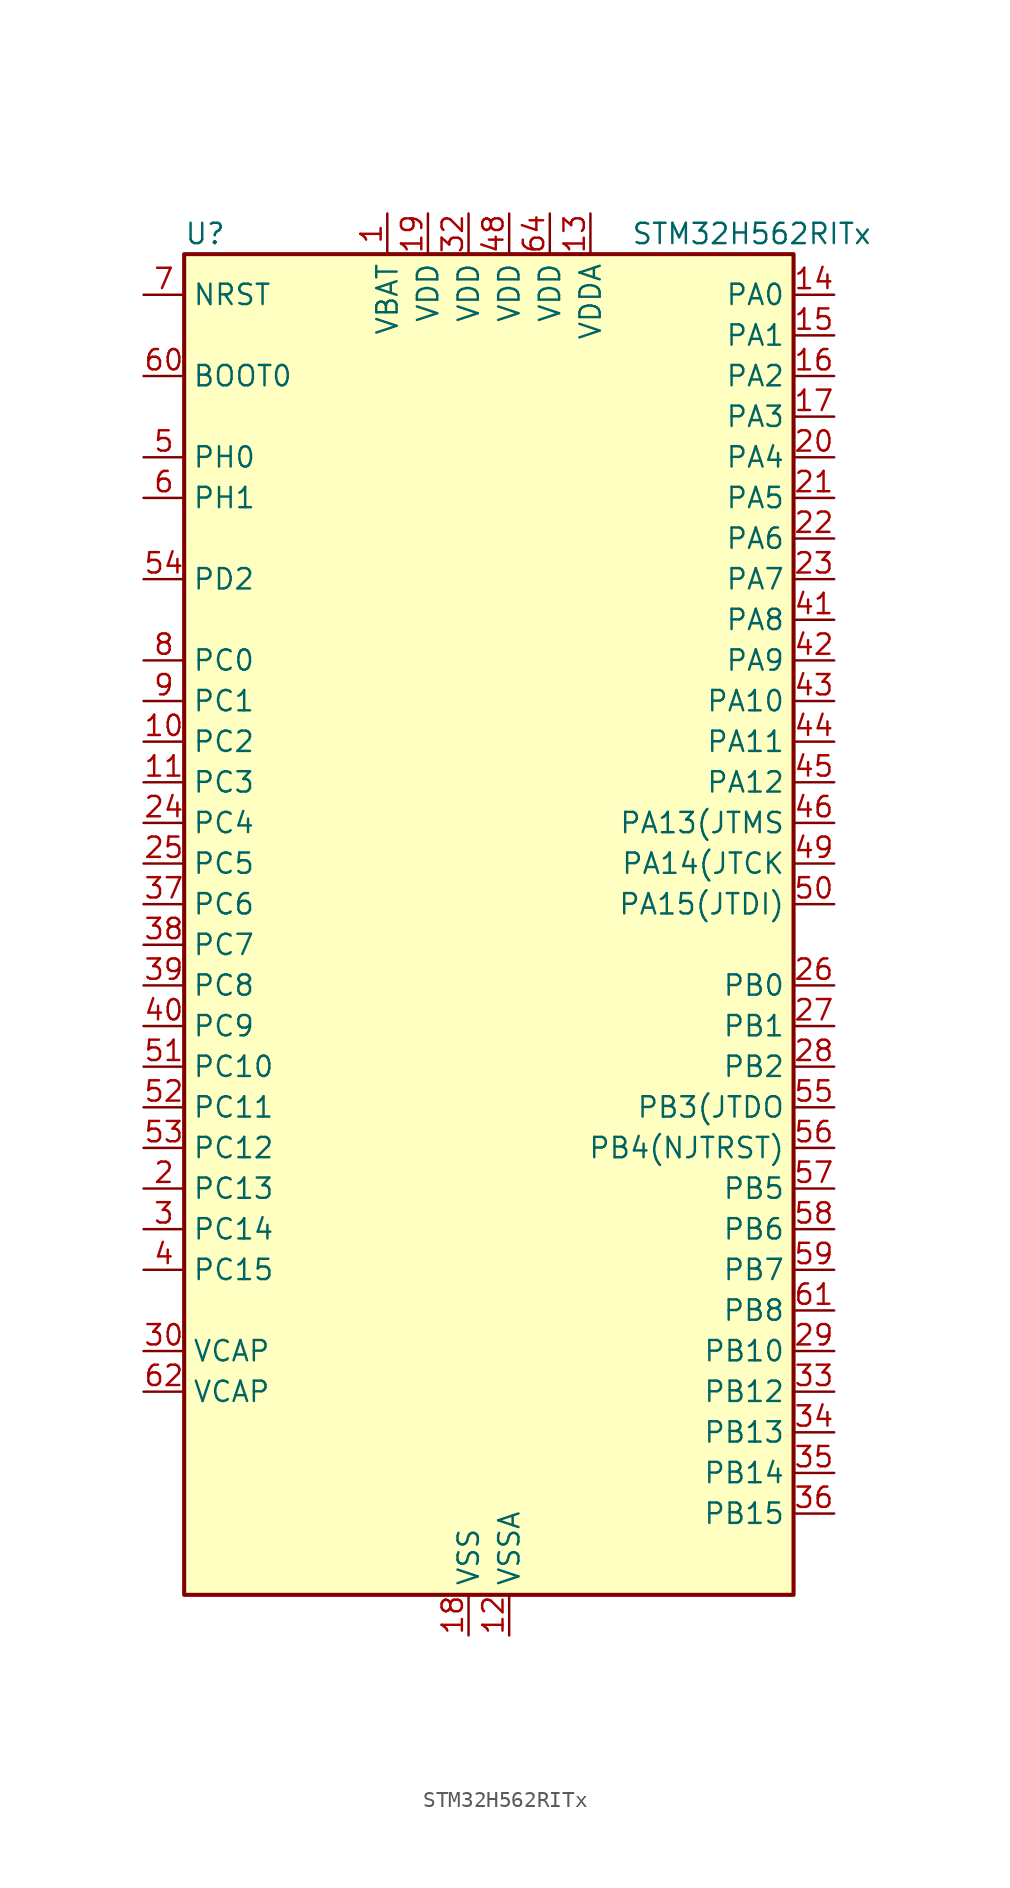
<source format=kicad_sym>
(kicad_symbol_lib
  (version 20231120)
  (generator "kicad_symbol_editor")
  (generator_version "8.0")
  (symbol "STM32H562RITx"
    (property "Reference" "U"
      (at -17.78 44.45 0)
      (effects (font (size 1.27 1.27)) (justify left)))
    (property "Value" "STM32H562RITx"
      (at 10.16 44.45 0)
      (effects (font (size 1.27 1.27)) (justify left)))
    (property "ki_locked" ""
      (at 0 0 0)
      (effects (font (size 1.27 1.27))))
    (symbol "STM32H562RITx_0_1"
      (rectangle (start -17.78 -40.64) (end 20.32 43.18) (stroke (width 0.254) (type default)) (fill (type background))))
    (symbol "STM32H562RITx_1_1"
      (pin power_in line (at -5.08 45.72 270) (length 2.54) (name "VBAT" (effects (font (size 1.27 1.27)))) (number "1" (effects (font (size 1.27 1.27)))))
      (pin bidirectional line (at -20.32 12.7 0) (length 2.54) (name "PC2" (effects (font (size 1.27 1.27)))) (number "10" (effects (font (size 1.27 1.27)))) (alternate "ADC1_INN11" bidirectional line) (alternate "ADC1_INP12" bidirectional line) (alternate "ADC2_INN11" bidirectional line) (alternate "ADC2_INP12" bidirectional line) (alternate "I2S2_SDI" bidirectional line) (alternate "OCTOSPI1_IO2" bidirectional line) (alternate "OCTOSPI1_IO5" bidirectional line) (alternate "PWR_CSLEEP" bidirectional line) (alternate "SPI2_MISO" bidirectional line) (alternate "TIM17_CH1" bidirectional line) (alternate "TIM4_CH4" bidirectional line))
      (pin bidirectional line (at -20.32 10.16 0) (length 2.54) (name "PC3" (effects (font (size 1.27 1.27)))) (number "11" (effects (font (size 1.27 1.27)))) (alternate "ADC1_INN12" bidirectional line) (alternate "ADC1_INP13" bidirectional line) (alternate "ADC2_INN12" bidirectional line) (alternate "ADC2_INP13" bidirectional line) (alternate "I2S2_SDO" bidirectional line) (alternate "LPTIM3_CH1" bidirectional line) (alternate "OCTOSPI1_IO0" bidirectional line) (alternate "OCTOSPI1_IO6" bidirectional line) (alternate "PWR_CSTOP" bidirectional line) (alternate "SAI1_D3" bidirectional line) (alternate "SPI2_MOSI" bidirectional line))
      (pin power_in line (at 2.54 -43.18 90) (length 2.54) (name "VSSA" (effects (font (size 1.27 1.27)))) (number "12" (effects (font (size 1.27 1.27)))))
      (pin power_in line (at 7.62 45.72 270) (length 2.54) (name "VDDA" (effects (font (size 1.27 1.27)))) (number "13" (effects (font (size 1.27 1.27)))))
      (pin bidirectional line (at 22.86 40.64 180) (length 2.54) (name "PA0" (effects (font (size 1.27 1.27)))) (number "14" (effects (font (size 1.27 1.27)))) (alternate "ADC1_INN1" bidirectional line) (alternate "ADC1_INP0" bidirectional line) (alternate "ADC2_INN1" bidirectional line) (alternate "ADC2_INP0" bidirectional line) (alternate "PWR_WKUP1" bidirectional line) (alternate "SAI2_SD_B" bidirectional line) (alternate "SPI3_RDY" bidirectional line) (alternate "SPI6_NSS" bidirectional line) (alternate "TAMP_IN2" bidirectional line) (alternate "TAMP_OUT1" bidirectional line) (alternate "TIM15_BKIN" bidirectional line) (alternate "TIM2_CH1" bidirectional line) (alternate "TIM2_ETR" bidirectional line) (alternate "TIM5_CH1" bidirectional line) (alternate "TIM8_ETR" bidirectional line) (alternate "UART4_TX" bidirectional line) (alternate "USART2_CTS" bidirectional line) (alternate "USART2_NSS" bidirectional line))
      (pin bidirectional line (at 22.86 38.1 180) (length 2.54) (name "PA1" (effects (font (size 1.27 1.27)))) (number "15" (effects (font (size 1.27 1.27)))) (alternate "ADC1_INP1" bidirectional line) (alternate "ADC2_INP1" bidirectional line) (alternate "LPTIM1_IN1" bidirectional line) (alternate "OCTOSPI1_DQS" bidirectional line) (alternate "OCTOSPI1_IO3" bidirectional line) (alternate "SAI2_MCLK_B" bidirectional line) (alternate "TAMP_IN5" bidirectional line) (alternate "TAMP_OUT4" bidirectional line) (alternate "TIM15_CH1N" bidirectional line) (alternate "TIM2_CH2" bidirectional line) (alternate "TIM5_CH2" bidirectional line) (alternate "UART4_RX" bidirectional line) (alternate "USART2_RTS" bidirectional line))
      (pin bidirectional line (at 22.86 35.56 180) (length 2.54) (name "PA2" (effects (font (size 1.27 1.27)))) (number "16" (effects (font (size 1.27 1.27)))) (alternate "ADC1_INP14" bidirectional line) (alternate "ADC2_INP14" bidirectional line) (alternate "LPTIM1_IN2" bidirectional line) (alternate "PWR_WKUP2" bidirectional line) (alternate "SAI2_SCK_B" bidirectional line) (alternate "TAMP_IN4" bidirectional line) (alternate "TAMP_OUT3" bidirectional line) (alternate "TIM15_CH1" bidirectional line) (alternate "TIM2_CH3" bidirectional line) (alternate "TIM5_CH3" bidirectional line) (alternate "USART2_TX" bidirectional line))
      (pin bidirectional line (at 22.86 33.02 180) (length 2.54) (name "PA3" (effects (font (size 1.27 1.27)))) (number "17" (effects (font (size 1.27 1.27)))) (alternate "ADC1_INP15" bidirectional line) (alternate "ADC2_INP15" bidirectional line) (alternate "I2S2_WS" bidirectional line) (alternate "OCTOSPI1_CLK" bidirectional line) (alternate "SAI1_SD_B" bidirectional line) (alternate "SPI2_NSS" bidirectional line) (alternate "TIM15_CH2" bidirectional line) (alternate "TIM2_CH4" bidirectional line) (alternate "TIM5_CH4" bidirectional line) (alternate "USART2_RX" bidirectional line))
      (pin power_in line (at 0 -43.18 90) (length 2.54) (name "VSS" (effects (font (size 1.27 1.27)))) (number "18" (effects (font (size 1.27 1.27)))))
      (pin power_in line (at -2.54 45.72 270) (length 2.54) (name "VDD" (effects (font (size 1.27 1.27)))) (number "19" (effects (font (size 1.27 1.27)))))
      (pin bidirectional line (at -20.32 -15.24 0) (length 2.54) (name "PC13" (effects (font (size 1.27 1.27)))) (number "2" (effects (font (size 1.27 1.27)))) (alternate "PWR_WKUP4" bidirectional line) (alternate "RTC_OUT1" bidirectional line) (alternate "RTC_TS" bidirectional line) (alternate "TAMP_IN1" bidirectional line) (alternate "TAMP_OUT2" bidirectional line) (alternate "TAMP_OUT3" bidirectional line))
      (pin bidirectional line (at 22.86 30.48 180) (length 2.54) (name "PA4" (effects (font (size 1.27 1.27)))) (number "20" (effects (font (size 1.27 1.27)))) (alternate "ADC1_INP18" bidirectional line) (alternate "ADC2_INP18" bidirectional line) (alternate "DAC1_OUT1" bidirectional line) (alternate "DCMI_HSYNC" bidirectional line) (alternate "I2S1_WS" bidirectional line) (alternate "I2S3_WS" bidirectional line) (alternate "LPTIM2_CH1" bidirectional line) (alternate "PSSI_DE" bidirectional line) (alternate "SPI1_NSS" bidirectional line) (alternate "SPI3_NSS" bidirectional line) (alternate "SPI6_NSS" bidirectional line) (alternate "TIM5_ETR" bidirectional line) (alternate "USART2_CK" bidirectional line))
      (pin bidirectional line (at 22.86 27.94 180) (length 2.54) (name "PA5" (effects (font (size 1.27 1.27)))) (number "21" (effects (font (size 1.27 1.27)))) (alternate "ADC1_INN18" bidirectional line) (alternate "ADC1_INP19" bidirectional line) (alternate "ADC2_INN18" bidirectional line) (alternate "ADC2_INP19" bidirectional line) (alternate "DAC1_OUT2" bidirectional line) (alternate "I2S1_CK" bidirectional line) (alternate "PSSI_D14" bidirectional line) (alternate "SPI1_SCK" bidirectional line) (alternate "SPI6_SCK" bidirectional line) (alternate "TIM2_CH1" bidirectional line) (alternate "TIM2_ETR" bidirectional line) (alternate "TIM8_CH1N" bidirectional line))
      (pin bidirectional line (at 22.86 25.4 180) (length 2.54) (name "PA6" (effects (font (size 1.27 1.27)))) (number "22" (effects (font (size 1.27 1.27)))) (alternate "ADC1_INP3" bidirectional line) (alternate "ADC2_INP3" bidirectional line) (alternate "DCMI_PIXCLK" bidirectional line) (alternate "I2S1_SDI" bidirectional line) (alternate "OCTOSPI1_IO3" bidirectional line) (alternate "PSSI_PDCK" bidirectional line) (alternate "SPI1_MISO" bidirectional line) (alternate "SPI6_MISO" bidirectional line) (alternate "TIM13_CH1" bidirectional line) (alternate "TIM1_BKIN" bidirectional line) (alternate "TIM3_CH1" bidirectional line) (alternate "TIM8_BKIN" bidirectional line) (alternate "USART11_TX" bidirectional line))
      (pin bidirectional line (at 22.86 22.86 180) (length 2.54) (name "PA7" (effects (font (size 1.27 1.27)))) (number "23" (effects (font (size 1.27 1.27)))) (alternate "ADC1_INN3" bidirectional line) (alternate "ADC1_INP7" bidirectional line) (alternate "ADC2_INN3" bidirectional line) (alternate "ADC2_INP7" bidirectional line) (alternate "I2S1_SDO" bidirectional line) (alternate "OCTOSPI1_IO2" bidirectional line) (alternate "SPI1_MOSI" bidirectional line) (alternate "SPI6_MOSI" bidirectional line) (alternate "TIM14_CH1" bidirectional line) (alternate "TIM1_CH1N" bidirectional line) (alternate "TIM3_CH2" bidirectional line) (alternate "TIM8_CH1N" bidirectional line) (alternate "USART11_RX" bidirectional line))
      (pin bidirectional line (at -20.32 7.62 0) (length 2.54) (name "PC4" (effects (font (size 1.27 1.27)))) (number "24" (effects (font (size 1.27 1.27)))) (alternate "ADC1_INP4" bidirectional line) (alternate "ADC2_INP4" bidirectional line) (alternate "I2S1_MCK" bidirectional line) (alternate "LPTIM2_ETR" bidirectional line) (alternate "SAI1_CK1" bidirectional line) (alternate "TIM2_CH4" bidirectional line) (alternate "USART3_RX" bidirectional line))
      (pin bidirectional line (at -20.32 5.08 0) (length 2.54) (name "PC5" (effects (font (size 1.27 1.27)))) (number "25" (effects (font (size 1.27 1.27)))) (alternate "ADC1_INN4" bidirectional line) (alternate "ADC1_INP8" bidirectional line) (alternate "ADC2_INN4" bidirectional line) (alternate "ADC2_INP8" bidirectional line) (alternate "OCTOSPI1_DQS" bidirectional line) (alternate "PSSI_D15" bidirectional line) (alternate "SAI1_D3" bidirectional line) (alternate "SAI1_FS_A" bidirectional line) (alternate "TIM1_CH4N" bidirectional line))
      (pin bidirectional line (at 22.86 -2.54 180) (length 2.54) (name "PB0" (effects (font (size 1.27 1.27)))) (number "26" (effects (font (size 1.27 1.27)))) (alternate "ADC1_INN5" bidirectional line) (alternate "ADC1_INP9" bidirectional line) (alternate "ADC2_INN5" bidirectional line) (alternate "ADC2_INP9" bidirectional line) (alternate "LPTIM3_CH1" bidirectional line) (alternate "OCTOSPI1_IO1" bidirectional line) (alternate "TIM1_CH2N" bidirectional line) (alternate "TIM3_CH3" bidirectional line) (alternate "TIM8_CH2N" bidirectional line) (alternate "UART4_CTS" bidirectional line) (alternate "USART11_CK" bidirectional line))
      (pin bidirectional line (at 22.86 -5.08 180) (length 2.54) (name "PB1" (effects (font (size 1.27 1.27)))) (number "27" (effects (font (size 1.27 1.27)))) (alternate "ADC1_INP5" bidirectional line) (alternate "ADC2_INP5" bidirectional line) (alternate "LPTIM3_CH2" bidirectional line) (alternate "OCTOSPI1_IO0" bidirectional line) (alternate "TIM1_CH3N" bidirectional line) (alternate "TIM3_CH4" bidirectional line) (alternate "TIM8_CH3N" bidirectional line))
      (pin bidirectional line (at 22.86 -7.62 180) (length 2.54) (name "PB2" (effects (font (size 1.27 1.27)))) (number "28" (effects (font (size 1.27 1.27)))) (alternate "I2S3_SDO" bidirectional line) (alternate "LPTIM1_CH1" bidirectional line) (alternate "LPTIM5_ETR" bidirectional line) (alternate "OCTOSPI1_CLK" bidirectional line) (alternate "OCTOSPI1_DQS" bidirectional line) (alternate "RCC_LSCO" bidirectional line) (alternate "RTC_OUT2" bidirectional line) (alternate "SAI1_D1" bidirectional line) (alternate "SAI1_SD_A" bidirectional line) (alternate "SDMMC1_CMD" bidirectional line) (alternate "SPI1_RDY" bidirectional line) (alternate "SPI3_MOSI" bidirectional line) (alternate "TIM8_CH4N" bidirectional line))
      (pin bidirectional line (at 22.86 -25.4 180) (length 2.54) (name "PB10" (effects (font (size 1.27 1.27)))) (number "29" (effects (font (size 1.27 1.27)))) (alternate "I2C2_SCL" bidirectional line) (alternate "I2S2_CK" bidirectional line) (alternate "LPTIM2_IN1" bidirectional line) (alternate "LPTIM3_CH1" bidirectional line) (alternate "OCTOSPI1_NCS" bidirectional line) (alternate "SPI2_SCK" bidirectional line) (alternate "TIM2_CH3" bidirectional line) (alternate "USART3_TX" bidirectional line))
      (pin bidirectional line (at -20.32 -17.78 0) (length 2.54) (name "PC14" (effects (font (size 1.27 1.27)))) (number "3" (effects (font (size 1.27 1.27)))) (alternate "RCC_OSC32_IN" bidirectional line))
      (pin power_out line (at -20.32 -25.4 0) (length 2.54) (name "VCAP" (effects (font (size 1.27 1.27)))) (number "30" (effects (font (size 1.27 1.27)))))
      (pin passive line (at 0 -43.18 90) (length 2.54) hide (name "VSS" (effects (font (size 1.27 1.27)))) (number "31" (effects (font (size 1.27 1.27)))))
      (pin power_in line (at 0 45.72 270) (length 2.54) (name "VDD" (effects (font (size 1.27 1.27)))) (number "32" (effects (font (size 1.27 1.27)))))
      (pin bidirectional line (at 22.86 -27.94 180) (length 2.54) (name "PB12" (effects (font (size 1.27 1.27)))) (number "33" (effects (font (size 1.27 1.27)))) (alternate "I2C2_SDA" bidirectional line) (alternate "I2S2_WS" bidirectional line) (alternate "OCTOSPI1_NCLK" bidirectional line) (alternate "SPI2_NSS" bidirectional line) (alternate "TIM1_BKIN" bidirectional line) (alternate "UART5_RX" bidirectional line) (alternate "UCPD1_FRSTX" bidirectional line) (alternate "USART3_CK" bidirectional line))
      (pin bidirectional line (at 22.86 -30.48 180) (length 2.54) (name "PB13" (effects (font (size 1.27 1.27)))) (number "34" (effects (font (size 1.27 1.27)))) (alternate "I2C2_SMBA" bidirectional line) (alternate "I2S2_CK" bidirectional line) (alternate "LPTIM2_CH1" bidirectional line) (alternate "LPTIM3_IN1" bidirectional line) (alternate "SDMMC1_D0" bidirectional line) (alternate "SPI2_SCK" bidirectional line) (alternate "TIM1_CH1N" bidirectional line) (alternate "UART5_TX" bidirectional line) (alternate "UCPD1_CC1" bidirectional line) (alternate "USART3_CTS" bidirectional line) (alternate "USART3_NSS" bidirectional line))
      (pin bidirectional line (at 22.86 -33.02 180) (length 2.54) (name "PB14" (effects (font (size 1.27 1.27)))) (number "35" (effects (font (size 1.27 1.27)))) (alternate "I2S2_SDI" bidirectional line) (alternate "LPTIM3_ETR" bidirectional line) (alternate "SPI2_MISO" bidirectional line) (alternate "TIM12_CH1" bidirectional line) (alternate "TIM1_CH2N" bidirectional line) (alternate "TIM8_CH2N" bidirectional line) (alternate "UART4_DE" bidirectional line) (alternate "UART4_RTS" bidirectional line) (alternate "UCPD1_CC2" bidirectional line) (alternate "USART1_TX" bidirectional line) (alternate "USART3_RTS" bidirectional line))
      (pin bidirectional line (at 22.86 -35.56 180) (length 2.54) (name "PB15" (effects (font (size 1.27 1.27)))) (number "36" (effects (font (size 1.27 1.27)))) (alternate "ADC1_EXTI15" bidirectional line) (alternate "ADC2_EXTI15" bidirectional line) (alternate "DCMI_D2" bidirectional line) (alternate "I2S2_SDO" bidirectional line) (alternate "OCTOSPI1_CLK" bidirectional line) (alternate "PSSI_D2" bidirectional line) (alternate "PWR_PVD_IN" bidirectional line) (alternate "RTC_REFIN" bidirectional line) (alternate "SPI2_MOSI" bidirectional line) (alternate "TIM12_CH2" bidirectional line) (alternate "TIM1_CH3N" bidirectional line) (alternate "TIM8_CH3N" bidirectional line) (alternate "UART4_CTS" bidirectional line) (alternate "UART5_RX" bidirectional line) (alternate "USART11_CTS" bidirectional line) (alternate "USART11_NSS" bidirectional line) (alternate "USART1_RX" bidirectional line))
      (pin bidirectional line (at -20.32 2.54 0) (length 2.54) (name "PC6" (effects (font (size 1.27 1.27)))) (number "37" (effects (font (size 1.27 1.27)))) (alternate "DCMI_D0" bidirectional line) (alternate "I2S2_MCK" bidirectional line) (alternate "OCTOSPI1_IO5" bidirectional line) (alternate "PSSI_D0" bidirectional line) (alternate "SAI1_SCK_A" bidirectional line) (alternate "SDMMC1_D0DIR" bidirectional line) (alternate "SDMMC1_D6" bidirectional line) (alternate "TIM3_CH1" bidirectional line) (alternate "TIM8_CH1" bidirectional line) (alternate "USART6_TX" bidirectional line))
      (pin bidirectional line (at -20.32 0 0) (length 2.54) (name "PC7" (effects (font (size 1.27 1.27)))) (number "38" (effects (font (size 1.27 1.27)))) (alternate "DCMI_D1" bidirectional line) (alternate "DEBUG_TRGIO" bidirectional line) (alternate "I2S3_MCK" bidirectional line) (alternate "OCTOSPI1_IO6" bidirectional line) (alternate "PSSI_D1" bidirectional line) (alternate "SDMMC1_D123DIR" bidirectional line) (alternate "SDMMC1_D7" bidirectional line) (alternate "TIM3_CH2" bidirectional line) (alternate "TIM8_CH2" bidirectional line) (alternate "USART6_RX" bidirectional line))
      (pin bidirectional line (at -20.32 -2.54 0) (length 2.54) (name "PC8" (effects (font (size 1.27 1.27)))) (number "39" (effects (font (size 1.27 1.27)))) (alternate "DCMI_D2" bidirectional line) (alternate "DEBUG_TRACED1" bidirectional line) (alternate "PSSI_D2" bidirectional line) (alternate "SDMMC1_D0" bidirectional line) (alternate "TIM3_CH3" bidirectional line) (alternate "TIM8_CH3" bidirectional line) (alternate "UART5_DE" bidirectional line) (alternate "UART5_RTS" bidirectional line) (alternate "USART6_CK" bidirectional line))
      (pin bidirectional line (at -20.32 -20.32 0) (length 2.54) (name "PC15" (effects (font (size 1.27 1.27)))) (number "4" (effects (font (size 1.27 1.27)))) (alternate "ADC1_EXTI15" bidirectional line) (alternate "ADC2_EXTI15" bidirectional line) (alternate "RCC_OSC32_OUT" bidirectional line))
      (pin bidirectional line (at -20.32 -5.08 0) (length 2.54) (name "PC9" (effects (font (size 1.27 1.27)))) (number "40" (effects (font (size 1.27 1.27)))) (alternate "AUDIOCLK" bidirectional line) (alternate "DAC1_EXTI9" bidirectional line) (alternate "DCMI_D3" bidirectional line) (alternate "I2C3_SDA" bidirectional line) (alternate "OCTOSPI1_IO0" bidirectional line) (alternate "PSSI_D3" bidirectional line) (alternate "RCC_MCO_2" bidirectional line) (alternate "SDMMC1_D1" bidirectional line) (alternate "TIM3_CH4" bidirectional line) (alternate "TIM8_CH4" bidirectional line) (alternate "UART5_CTS" bidirectional line) (alternate "UCPD1_DB2" bidirectional line))
      (pin bidirectional line (at 22.86 20.32 180) (length 2.54) (name "PA8" (effects (font (size 1.27 1.27)))) (number "41" (effects (font (size 1.27 1.27)))) (alternate "DCMI_D3" bidirectional line) (alternate "I2C3_SCL" bidirectional line) (alternate "PSSI_D3" bidirectional line) (alternate "RCC_MCO_1" bidirectional line) (alternate "SPI1_RDY" bidirectional line) (alternate "TIM1_CH1" bidirectional line) (alternate "TIM8_BKIN2" bidirectional line) (alternate "UART7_RX" bidirectional line) (alternate "USART1_CK" bidirectional line) (alternate "USB_SOF" bidirectional line))
      (pin bidirectional line (at 22.86 17.78 180) (length 2.54) (name "PA9" (effects (font (size 1.27 1.27)))) (number "42" (effects (font (size 1.27 1.27)))) (alternate "DAC1_EXTI9" bidirectional line) (alternate "DCMI_D0" bidirectional line) (alternate "I2C3_SMBA" bidirectional line) (alternate "I2S2_CK" bidirectional line) (alternate "LPUART1_TX" bidirectional line) (alternate "PSSI_D0" bidirectional line) (alternate "SPI2_SCK" bidirectional line) (alternate "TIM1_CH2" bidirectional line) (alternate "UCPD1_DB1" bidirectional line) (alternate "USART1_TX" bidirectional line))
      (pin bidirectional line (at 22.86 15.24 180) (length 2.54) (name "PA10" (effects (font (size 1.27 1.27)))) (number "43" (effects (font (size 1.27 1.27)))) (alternate "DCMI_D1" bidirectional line) (alternate "LPTIM2_IN2" bidirectional line) (alternate "LPUART1_RX" bidirectional line) (alternate "PSSI_D1" bidirectional line) (alternate "SDMMC1_D0" bidirectional line) (alternate "TIM1_CH3" bidirectional line) (alternate "UCPD1_FRSTX" bidirectional line) (alternate "USART1_RX" bidirectional line))
      (pin bidirectional line (at 22.86 12.7 180) (length 2.54) (name "PA11" (effects (font (size 1.27 1.27)))) (number "44" (effects (font (size 1.27 1.27)))) (alternate "ADC1_EXTI11" bidirectional line) (alternate "ADC2_EXTI11" bidirectional line) (alternate "FDCAN1_RX" bidirectional line) (alternate "I2S2_WS" bidirectional line) (alternate "LPUART1_CTS" bidirectional line) (alternate "SPI2_NSS" bidirectional line) (alternate "TIM1_CH4" bidirectional line) (alternate "UART4_RX" bidirectional line) (alternate "USART1_CTS" bidirectional line) (alternate "USART1_NSS" bidirectional line) (alternate "USB_DM" bidirectional line))
      (pin bidirectional line (at 22.86 10.16 180) (length 2.54) (name "PA12" (effects (font (size 1.27 1.27)))) (number "45" (effects (font (size 1.27 1.27)))) (alternate "FDCAN1_TX" bidirectional line) (alternate "I2S2_CK" bidirectional line) (alternate "LPUART1_RTS" bidirectional line) (alternate "SAI2_FS_B" bidirectional line) (alternate "SPI2_SCK" bidirectional line) (alternate "TIM1_ETR" bidirectional line) (alternate "UART4_TX" bidirectional line) (alternate "USART1_RTS" bidirectional line) (alternate "USB_DP" bidirectional line))
      (pin bidirectional line (at 22.86 7.62 180) (length 2.54) (name "PA13(JTMS" (effects (font (size 1.27 1.27)))) (number "46" (effects (font (size 1.27 1.27)))) (alternate "DEBUG_JTMS-SWDIO" bidirectional line))
      (pin passive line (at 0 -43.18 90) (length 2.54) hide (name "VSS" (effects (font (size 1.27 1.27)))) (number "47" (effects (font (size 1.27 1.27)))))
      (pin power_in line (at 2.54 45.72 270) (length 2.54) (name "VDD" (effects (font (size 1.27 1.27)))) (number "48" (effects (font (size 1.27 1.27)))))
      (pin bidirectional line (at 22.86 5.08 180) (length 2.54) (name "PA14(JTCK" (effects (font (size 1.27 1.27)))) (number "49" (effects (font (size 1.27 1.27)))) (alternate "DEBUG_JTCK-SWCLK" bidirectional line))
      (pin bidirectional line (at -20.32 30.48 0) (length 2.54) (name "PH0" (effects (font (size 1.27 1.27)))) (number "5" (effects (font (size 1.27 1.27)))) (alternate "RCC_OSC_IN" bidirectional line))
      (pin bidirectional line (at 22.86 2.54 180) (length 2.54) (name "PA15(JTDI)" (effects (font (size 1.27 1.27)))) (number "50" (effects (font (size 1.27 1.27)))) (alternate "ADC1_EXTI15" bidirectional line) (alternate "ADC2_EXTI15" bidirectional line) (alternate "CEC" bidirectional line) (alternate "DCMI_D11" bidirectional line) (alternate "DEBUG_JTDI" bidirectional line) (alternate "I2S1_WS" bidirectional line) (alternate "I2S3_WS" bidirectional line) (alternate "LPTIM3_IN2" bidirectional line) (alternate "PSSI_D11" bidirectional line) (alternate "SPI1_NSS" bidirectional line) (alternate "SPI3_NSS" bidirectional line) (alternate "SPI6_NSS" bidirectional line) (alternate "TIM2_CH1" bidirectional line) (alternate "TIM2_ETR" bidirectional line) (alternate "UART4_DE" bidirectional line) (alternate "UART4_RTS" bidirectional line) (alternate "UART7_TX" bidirectional line))
      (pin bidirectional line (at -20.32 -7.62 0) (length 2.54) (name "PC10" (effects (font (size 1.27 1.27)))) (number "51" (effects (font (size 1.27 1.27)))) (alternate "DCMI_D8" bidirectional line) (alternate "I2S3_CK" bidirectional line) (alternate "LPTIM3_ETR" bidirectional line) (alternate "OCTOSPI1_IO1" bidirectional line) (alternate "PSSI_D8" bidirectional line) (alternate "SDMMC1_D2" bidirectional line) (alternate "SPI3_SCK" bidirectional line) (alternate "UART4_TX" bidirectional line) (alternate "USART3_TX" bidirectional line))
      (pin bidirectional line (at -20.32 -10.16 0) (length 2.54) (name "PC11" (effects (font (size 1.27 1.27)))) (number "52" (effects (font (size 1.27 1.27)))) (alternate "ADC1_EXTI11" bidirectional line) (alternate "ADC2_EXTI11" bidirectional line) (alternate "DCMI_D4" bidirectional line) (alternate "I2S3_SDI" bidirectional line) (alternate "LPTIM3_IN1" bidirectional line) (alternate "OCTOSPI1_NCS" bidirectional line) (alternate "PSSI_D4" bidirectional line) (alternate "SDMMC1_D3" bidirectional line) (alternate "SPI3_MISO" bidirectional line) (alternate "UART4_RX" bidirectional line) (alternate "USART3_RX" bidirectional line))
      (pin bidirectional line (at -20.32 -12.7 0) (length 2.54) (name "PC12" (effects (font (size 1.27 1.27)))) (number "53" (effects (font (size 1.27 1.27)))) (alternate "DCMI_D9" bidirectional line) (alternate "DEBUG_TRACED3" bidirectional line) (alternate "I2S3_SDO" bidirectional line) (alternate "PSSI_D9" bidirectional line) (alternate "SDMMC1_CK" bidirectional line) (alternate "SPI3_MOSI" bidirectional line) (alternate "SPI6_SCK" bidirectional line) (alternate "TIM15_CH1" bidirectional line) (alternate "UART5_TX" bidirectional line) (alternate "USART3_CK" bidirectional line))
      (pin bidirectional line (at -20.32 22.86 0) (length 2.54) (name "PD2" (effects (font (size 1.27 1.27)))) (number "54" (effects (font (size 1.27 1.27)))) (alternate "DCMI_D11" bidirectional line) (alternate "DEBUG_TRACED2" bidirectional line) (alternate "LPTIM4_ETR" bidirectional line) (alternate "PSSI_D11" bidirectional line) (alternate "PWR_WKUP7" bidirectional line) (alternate "SDMMC1_CMD" bidirectional line) (alternate "TIM15_BKIN" bidirectional line) (alternate "TIM3_ETR" bidirectional line) (alternate "UART5_RX" bidirectional line))
      (pin bidirectional line (at 22.86 -10.16 180) (length 2.54) (name "PB3(JTDO" (effects (font (size 1.27 1.27)))) (number "55" (effects (font (size 1.27 1.27)))) (alternate "CRS_SYNC" bidirectional line) (alternate "DEBUG_JTDO-SWO" bidirectional line) (alternate "I2C2_SDA" bidirectional line) (alternate "I2S1_CK" bidirectional line) (alternate "I2S3_CK" bidirectional line) (alternate "LPTIM6_ETR" bidirectional line) (alternate "SPI1_SCK" bidirectional line) (alternate "SPI3_SCK" bidirectional line) (alternate "SPI6_SCK" bidirectional line) (alternate "TIM2_CH2" bidirectional line) (alternate "UART7_RX" bidirectional line))
      (pin bidirectional line (at 22.86 -12.7 180) (length 2.54) (name "PB4(NJTRST)" (effects (font (size 1.27 1.27)))) (number "56" (effects (font (size 1.27 1.27)))) (alternate "DCMI_D7" bidirectional line) (alternate "DEBUG_JTRST" bidirectional line) (alternate "I2S1_SDI" bidirectional line) (alternate "I2S2_WS" bidirectional line) (alternate "I2S3_SDI" bidirectional line) (alternate "LPTIM1_CH2" bidirectional line) (alternate "OCTOSPI1_CLK" bidirectional line) (alternate "PSSI_D7" bidirectional line) (alternate "SPI1_MISO" bidirectional line) (alternate "SPI2_NSS" bidirectional line) (alternate "SPI3_MISO" bidirectional line) (alternate "SPI6_MISO" bidirectional line) (alternate "TIM16_BKIN" bidirectional line) (alternate "TIM3_CH1" bidirectional line) (alternate "UART7_TX" bidirectional line))
      (pin bidirectional line (at 22.86 -15.24 180) (length 2.54) (name "PB5" (effects (font (size 1.27 1.27)))) (number "57" (effects (font (size 1.27 1.27)))) (alternate "DCMI_D10" bidirectional line) (alternate "I2C1_SMBA" bidirectional line) (alternate "I2C4_SMBA" bidirectional line) (alternate "I2S1_SDO" bidirectional line) (alternate "I2S3_SDO" bidirectional line) (alternate "OCTOSPI1_NCLK" bidirectional line) (alternate "PSSI_D10" bidirectional line) (alternate "SPI1_MOSI" bidirectional line) (alternate "SPI3_MOSI" bidirectional line) (alternate "SPI6_MOSI" bidirectional line) (alternate "TIM17_BKIN" bidirectional line) (alternate "TIM3_CH2" bidirectional line) (alternate "UART5_RX" bidirectional line))
      (pin bidirectional line (at 22.86 -17.78 180) (length 2.54) (name "PB6" (effects (font (size 1.27 1.27)))) (number "58" (effects (font (size 1.27 1.27)))) (alternate "CEC" bidirectional line) (alternate "DCMI_D5" bidirectional line) (alternate "I2C1_SCL" bidirectional line) (alternate "I2C4_SCL" bidirectional line) (alternate "I3C1_SCL" bidirectional line) (alternate "LPUART1_TX" bidirectional line) (alternate "OCTOSPI1_NCS" bidirectional line) (alternate "PSSI_D5" bidirectional line) (alternate "TIM16_CH1N" bidirectional line) (alternate "TIM4_CH1" bidirectional line) (alternate "UART5_TX" bidirectional line) (alternate "USART1_TX" bidirectional line))
      (pin bidirectional line (at 22.86 -20.32 180) (length 2.54) (name "PB7" (effects (font (size 1.27 1.27)))) (number "59" (effects (font (size 1.27 1.27)))) (alternate "DCMI_VSYNC" bidirectional line) (alternate "FDCAN1_TX" bidirectional line) (alternate "I2C1_SDA" bidirectional line) (alternate "I2C4_SDA" bidirectional line) (alternate "I3C1_SDA" bidirectional line) (alternate "LPUART1_RX" bidirectional line) (alternate "PSSI_RDY" bidirectional line) (alternate "PWR_WKUP5" bidirectional line) (alternate "TIM17_CH1N" bidirectional line) (alternate "TIM4_CH2" bidirectional line) (alternate "USART1_RX" bidirectional line))
      (pin bidirectional line (at -20.32 27.94 0) (length 2.54) (name "PH1" (effects (font (size 1.27 1.27)))) (number "6" (effects (font (size 1.27 1.27)))) (alternate "RCC_OSC_OUT" bidirectional line))
      (pin input line (at -20.32 35.56 0) (length 2.54) (name "BOOT0" (effects (font (size 1.27 1.27)))) (number "60" (effects (font (size 1.27 1.27)))))
      (pin bidirectional line (at 22.86 -22.86 180) (length 2.54) (name "PB8" (effects (font (size 1.27 1.27)))) (number "61" (effects (font (size 1.27 1.27)))) (alternate "DCMI_D6" bidirectional line) (alternate "FDCAN1_RX" bidirectional line) (alternate "I2C1_SCL" bidirectional line) (alternate "I2C4_SCL" bidirectional line) (alternate "I3C1_SCL" bidirectional line) (alternate "PSSI_D6" bidirectional line) (alternate "SDMMC1_CKIN" bidirectional line) (alternate "SDMMC1_D4" bidirectional line) (alternate "TIM16_CH1" bidirectional line) (alternate "TIM4_CH3" bidirectional line) (alternate "UART4_RX" bidirectional line))
      (pin power_out line (at -20.32 -27.94 0) (length 2.54) (name "VCAP" (effects (font (size 1.27 1.27)))) (number "62" (effects (font (size 1.27 1.27)))))
      (pin passive line (at 0 -43.18 90) (length 2.54) hide (name "VSS" (effects (font (size 1.27 1.27)))) (number "63" (effects (font (size 1.27 1.27)))))
      (pin power_in line (at 5.08 45.72 270) (length 2.54) (name "VDD" (effects (font (size 1.27 1.27)))) (number "64" (effects (font (size 1.27 1.27)))))
      (pin input line (at -20.32 40.64 0) (length 2.54) (name "NRST" (effects (font (size 1.27 1.27)))) (number "7" (effects (font (size 1.27 1.27)))))
      (pin bidirectional line (at -20.32 17.78 0) (length 2.54) (name "PC0" (effects (font (size 1.27 1.27)))) (number "8" (effects (font (size 1.27 1.27)))) (alternate "ADC1_INP10" bidirectional line) (alternate "ADC2_INP10" bidirectional line) (alternate "OCTOSPI1_IO7" bidirectional line) (alternate "SAI1_MCLK_A" bidirectional line) (alternate "SAI2_FS_B" bidirectional line) (alternate "SPI2_RDY" bidirectional line) (alternate "TIM16_BKIN" bidirectional line))
      (pin bidirectional line (at -20.32 15.24 0) (length 2.54) (name "PC1" (effects (font (size 1.27 1.27)))) (number "9" (effects (font (size 1.27 1.27)))) (alternate "ADC1_INN10" bidirectional line) (alternate "ADC1_INP11" bidirectional line) (alternate "ADC2_INN10" bidirectional line) (alternate "ADC2_INP11" bidirectional line) (alternate "DEBUG_TRACED0" bidirectional line) (alternate "I2S2_SDO" bidirectional line) (alternate "OCTOSPI1_IO4" bidirectional line) (alternate "PWR_WKUP6" bidirectional line) (alternate "SAI1_D1" bidirectional line) (alternate "SAI1_SD_A" bidirectional line) (alternate "SAI2_SD_A" bidirectional line) (alternate "SPI2_MOSI" bidirectional line) (alternate "TAMP_IN3" bidirectional line) (alternate "TAMP_OUT5" bidirectional line) (alternate "USART11_RTS" bidirectional line)))))
</source>
